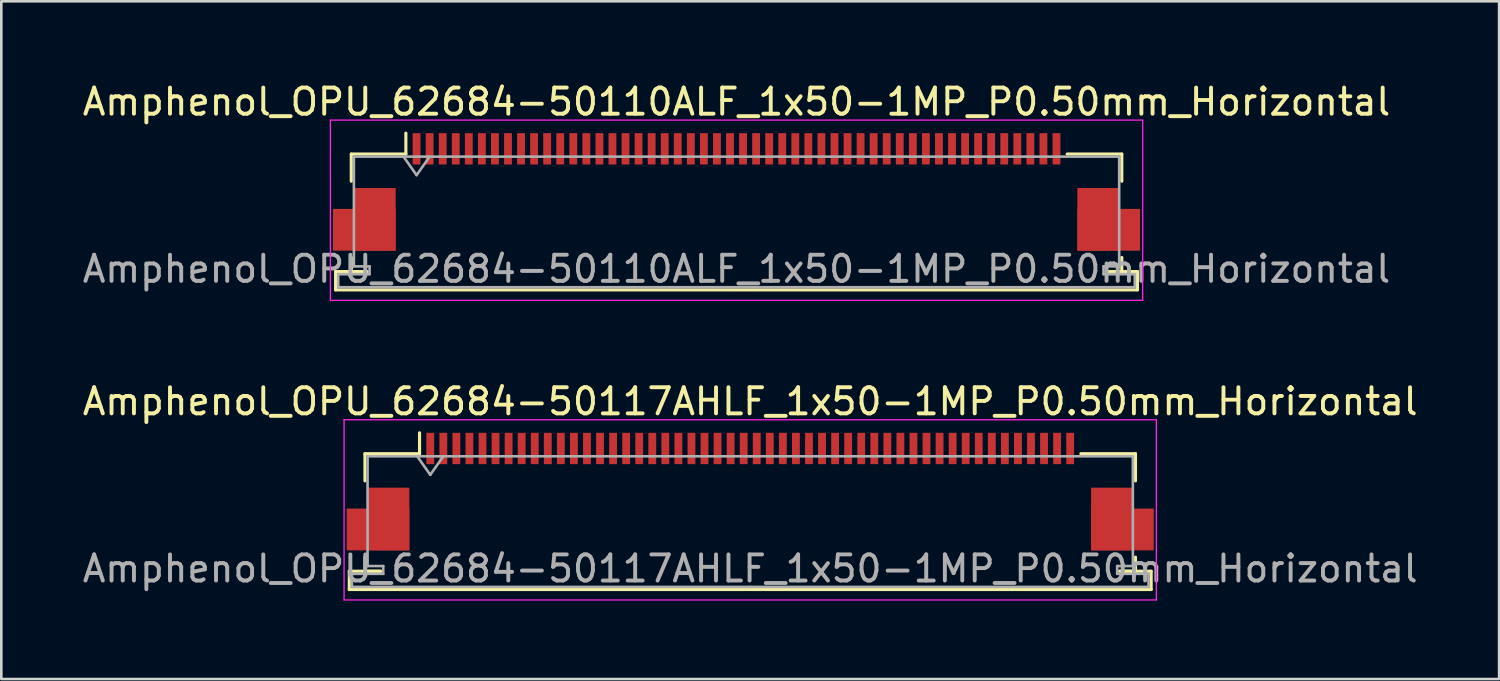
<source format=kicad_pcb>
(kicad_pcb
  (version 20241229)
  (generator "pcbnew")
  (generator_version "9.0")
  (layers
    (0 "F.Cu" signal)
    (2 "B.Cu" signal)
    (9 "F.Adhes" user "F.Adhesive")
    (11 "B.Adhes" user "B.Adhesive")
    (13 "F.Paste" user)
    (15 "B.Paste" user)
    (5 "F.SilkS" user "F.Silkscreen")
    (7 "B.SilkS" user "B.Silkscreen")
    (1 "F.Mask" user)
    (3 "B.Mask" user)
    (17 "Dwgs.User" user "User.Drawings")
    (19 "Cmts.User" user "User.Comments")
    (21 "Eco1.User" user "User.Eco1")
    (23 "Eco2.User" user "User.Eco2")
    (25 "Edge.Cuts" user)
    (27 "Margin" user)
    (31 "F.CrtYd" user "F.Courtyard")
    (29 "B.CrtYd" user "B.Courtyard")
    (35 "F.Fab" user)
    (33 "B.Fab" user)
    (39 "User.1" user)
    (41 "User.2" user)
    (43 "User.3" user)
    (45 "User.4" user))
  (footprint "Amphenol_OPU_62684-50110ALF_1x50-1MP_P0.50mm_Horizontal"
    (layer "F.Cu")
    (at 25.149 4.298)
    (property "Reference" "Amphenol_OPU_62684-50110ALF_1x50-1MP_P0.50mm_Horizontal" (at 0 -3.45 0) (layer "F.SilkS") (effects (font (size 1 1) (thickness 0.15))))
    (attr smd)
    (fp_line (start -15.35 3.05) (end -15.35 3.75) (stroke (width 0.12) (type solid)) (layer "F.SilkS"))
    (fp_line (start -15.35 3.75) (end 15.35 3.75) (stroke (width 0.12) (type solid)) (layer "F.SilkS"))
    (fp_line (start -14.75 -1.45) (end -14.75 -0.41) (stroke (width 0.12) (type solid)) (layer "F.SilkS"))
    (fp_line (start -14.75 2.51) (end -14.75 3.05) (stroke (width 0.12) (type solid)) (layer "F.SilkS"))
    (fp_line (start -14.75 3.05) (end -14.15 3.05) (stroke (width 0.12) (type solid)) (layer "F.SilkS"))
    (fp_line (start -14.15 3.05) (end -15.35 3.05) (stroke (width 0.12) (type solid)) (layer "F.SilkS"))
    (fp_line (start -12.66 -1.45) (end -14.75 -1.45) (stroke (width 0.12) (type solid)) (layer "F.SilkS"))
    (fp_line (start -12.66 -1.45) (end -12.66 -2.25) (stroke (width 0.12) (type solid)) (layer "F.SilkS"))
    (fp_line (start 12.66 -1.45) (end 14.75 -1.45) (stroke (width 0.12) (type solid)) (layer "F.SilkS"))
    (fp_line (start 14.15 3.05) (end 14.75 3.05) (stroke (width 0.12) (type solid)) (layer "F.SilkS"))
    (fp_line (start 14.75 -1.45) (end 14.75 -0.41) (stroke (width 0.12) (type solid)) (layer "F.SilkS"))
    (fp_line (start 14.75 3.05) (end 14.75 2.51) (stroke (width 0.12) (type solid)) (layer "F.SilkS"))
    (fp_line (start 15.35 3.05) (end 14.15 3.05) (stroke (width 0.12) (type solid)) (layer "F.SilkS"))
    (fp_line (start 15.35 3.75) (end 15.35 3.05) (stroke (width 0.12) (type solid)) (layer "F.SilkS"))
    (fp_line (start -15.55 -2.75) (end -15.55 4.15) (stroke (width 0.05) (type solid)) (layer "F.CrtYd"))
    (fp_line (start -15.55 4.15) (end 15.55 4.15) (stroke (width 0.05) (type solid)) (layer "F.CrtYd"))
    (fp_line (start 15.55 -2.75) (end -15.55 -2.75) (stroke (width 0.05) (type solid)) (layer "F.CrtYd"))
    (fp_line (start 15.55 4.15) (end 15.55 -2.75) (stroke (width 0.05) (type solid)) (layer "F.CrtYd"))
    (fp_line (start -15.25 3.15) (end -15.25 3.65) (stroke (width 0.1) (type solid)) (layer "F.Fab"))
    (fp_line (start -15.25 3.65) (end 0 3.65) (stroke (width 0.1) (type solid)) (layer "F.Fab"))
    (fp_line (start -14.65 -1.35) (end -14.65 2.85) (stroke (width 0.1) (type solid)) (layer "F.Fab"))
    (fp_line (start -14.65 2.85) (end -14.05 2.85) (stroke (width 0.1) (type solid)) (layer "F.Fab"))
    (fp_line (start -14.05 2.85) (end -14.05 3.15) (stroke (width 0.1) (type solid)) (layer "F.Fab"))
    (fp_line (start -14.05 3.15) (end -15.25 3.15) (stroke (width 0.1) (type solid)) (layer "F.Fab"))
    (fp_line (start -12.75 -1.35) (end -12.25 -0.643) (stroke (width 0.1) (type solid)) (layer "F.Fab"))
    (fp_line (start -12.25 -0.643) (end -11.75 -1.35) (stroke (width 0.1) (type solid)) (layer "F.Fab"))
    (fp_line (start 0 -1.35) (end -14.65 -1.35) (stroke (width 0.1) (type solid)) (layer "F.Fab"))
    (fp_line (start 0 -1.35) (end 14.65 -1.35) (stroke (width 0.1) (type solid)) (layer "F.Fab"))
    (fp_line (start 14.05 2.85) (end 14.05 3.15) (stroke (width 0.1) (type solid)) (layer "F.Fab"))
    (fp_line (start 14.05 3.15) (end 15.25 3.15) (stroke (width 0.1) (type solid)) (layer "F.Fab"))
    (fp_line (start 14.65 -1.35) (end 14.65 2.85) (stroke (width 0.1) (type solid)) (layer "F.Fab"))
    (fp_line (start 14.65 2.85) (end 14.05 2.85) (stroke (width 0.1) (type solid)) (layer "F.Fab"))
    (fp_line (start 15.25 3.15) (end 15.25 3.65) (stroke (width 0.1) (type solid)) (layer "F.Fab"))
    (fp_line (start 15.25 3.65) (end 0 3.65) (stroke (width 0.1) (type solid)) (layer "F.Fab"))
    (fp_text user "${REFERENCE}" (at 0 2.95 0) (layer "F.Fab") (effects (font (size 1 1) (thickness 0.15))))
    (pad "1" smd rect (at -12.25 -1.65) (size 0.3 1.2) (layers "F.Cu" "F.Mask" "F.Paste"))
    (pad "2" smd rect (at -11.75 -1.65) (size 0.3 1.2) (layers "F.Cu" "F.Mask" "F.Paste"))
    (pad "3" smd rect (at -11.25 -1.65) (size 0.3 1.2) (layers "F.Cu" "F.Mask" "F.Paste"))
    (pad "4" smd rect (at -10.75 -1.65) (size 0.3 1.2) (layers "F.Cu" "F.Mask" "F.Paste"))
    (pad "5" smd rect (at -10.25 -1.65) (size 0.3 1.2) (layers "F.Cu" "F.Mask" "F.Paste"))
    (pad "6" smd rect (at -9.75 -1.65) (size 0.3 1.2) (layers "F.Cu" "F.Mask" "F.Paste"))
    (pad "7" smd rect (at -9.25 -1.65) (size 0.3 1.2) (layers "F.Cu" "F.Mask" "F.Paste"))
    (pad "8" smd rect (at -8.75 -1.65) (size 0.3 1.2) (layers "F.Cu" "F.Mask" "F.Paste"))
    (pad "9" smd rect (at -8.25 -1.65) (size 0.3 1.2) (layers "F.Cu" "F.Mask" "F.Paste"))
    (pad "10" smd rect (at -7.75 -1.65) (size 0.3 1.2) (layers "F.Cu" "F.Mask" "F.Paste"))
    (pad "11" smd rect (at -7.25 -1.65) (size 0.3 1.2) (layers "F.Cu" "F.Mask" "F.Paste"))
    (pad "12" smd rect (at -6.75 -1.65) (size 0.3 1.2) (layers "F.Cu" "F.Mask" "F.Paste"))
    (pad "13" smd rect (at -6.25 -1.65) (size 0.3 1.2) (layers "F.Cu" "F.Mask" "F.Paste"))
    (pad "14" smd rect (at -5.75 -1.65) (size 0.3 1.2) (layers "F.Cu" "F.Mask" "F.Paste"))
    (pad "15" smd rect (at -5.25 -1.65) (size 0.3 1.2) (layers "F.Cu" "F.Mask" "F.Paste"))
    (pad "16" smd rect (at -4.75 -1.65) (size 0.3 1.2) (layers "F.Cu" "F.Mask" "F.Paste"))
    (pad "17" smd rect (at -4.25 -1.65) (size 0.3 1.2) (layers "F.Cu" "F.Mask" "F.Paste"))
    (pad "18" smd rect (at -3.75 -1.65) (size 0.3 1.2) (layers "F.Cu" "F.Mask" "F.Paste"))
    (pad "19" smd rect (at -3.25 -1.65) (size 0.3 1.2) (layers "F.Cu" "F.Mask" "F.Paste"))
    (pad "20" smd rect (at -2.75 -1.65) (size 0.3 1.2) (layers "F.Cu" "F.Mask" "F.Paste"))
    (pad "21" smd rect (at -2.25 -1.65) (size 0.3 1.2) (layers "F.Cu" "F.Mask" "F.Paste"))
    (pad "22" smd rect (at -1.75 -1.65) (size 0.3 1.2) (layers "F.Cu" "F.Mask" "F.Paste"))
    (pad "23" smd rect (at -1.25 -1.65) (size 0.3 1.2) (layers "F.Cu" "F.Mask" "F.Paste"))
    (pad "24" smd rect (at -0.75 -1.65) (size 0.3 1.2) (layers "F.Cu" "F.Mask" "F.Paste"))
    (pad "25" smd rect (at -0.25 -1.65) (size 0.3 1.2) (layers "F.Cu" "F.Mask" "F.Paste"))
    (pad "26" smd rect (at 0.25 -1.65) (size 0.3 1.2) (layers "F.Cu" "F.Mask" "F.Paste"))
    (pad "27" smd rect (at 0.75 -1.65) (size 0.3 1.2) (layers "F.Cu" "F.Mask" "F.Paste"))
    (pad "28" smd rect (at 1.25 -1.65) (size 0.3 1.2) (layers "F.Cu" "F.Mask" "F.Paste"))
    (pad "29" smd rect (at 1.75 -1.65) (size 0.3 1.2) (layers "F.Cu" "F.Mask" "F.Paste"))
    (pad "30" smd rect (at 2.25 -1.65) (size 0.3 1.2) (layers "F.Cu" "F.Mask" "F.Paste"))
    (pad "31" smd rect (at 2.75 -1.65) (size 0.3 1.2) (layers "F.Cu" "F.Mask" "F.Paste"))
    (pad "32" smd rect (at 3.25 -1.65) (size 0.3 1.2) (layers "F.Cu" "F.Mask" "F.Paste"))
    (pad "33" smd rect (at 3.75 -1.65) (size 0.3 1.2) (layers "F.Cu" "F.Mask" "F.Paste"))
    (pad "34" smd rect (at 4.25 -1.65) (size 0.3 1.2) (layers "F.Cu" "F.Mask" "F.Paste"))
    (pad "35" smd rect (at 4.75 -1.65) (size 0.3 1.2) (layers "F.Cu" "F.Mask" "F.Paste"))
    (pad "36" smd rect (at 5.25 -1.65) (size 0.3 1.2) (layers "F.Cu" "F.Mask" "F.Paste"))
    (pad "37" smd rect (at 5.75 -1.65) (size 0.3 1.2) (layers "F.Cu" "F.Mask" "F.Paste"))
    (pad "38" smd rect (at 6.25 -1.65) (size 0.3 1.2) (layers "F.Cu" "F.Mask" "F.Paste"))
    (pad "39" smd rect (at 6.75 -1.65) (size 0.3 1.2) (layers "F.Cu" "F.Mask" "F.Paste"))
    (pad "40" smd rect (at 7.25 -1.65) (size 0.3 1.2) (layers "F.Cu" "F.Mask" "F.Paste"))
    (pad "41" smd rect (at 7.75 -1.65) (size 0.3 1.2) (layers "F.Cu" "F.Mask" "F.Paste"))
    (pad "42" smd rect (at 8.25 -1.65) (size 0.3 1.2) (layers "F.Cu" "F.Mask" "F.Paste"))
    (pad "43" smd rect (at 8.75 -1.65) (size 0.3 1.2) (layers "F.Cu" "F.Mask" "F.Paste"))
    (pad "44" smd rect (at 9.25 -1.65) (size 0.3 1.2) (layers "F.Cu" "F.Mask" "F.Paste"))
    (pad "45" smd rect (at 9.75 -1.65) (size 0.3 1.2) (layers "F.Cu" "F.Mask" "F.Paste"))
    (pad "46" smd rect (at 10.25 -1.65) (size 0.3 1.2) (layers "F.Cu" "F.Mask" "F.Paste"))
    (pad "47" smd rect (at 10.75 -1.65) (size 0.3 1.2) (layers "F.Cu" "F.Mask" "F.Paste"))
    (pad "48" smd rect (at 11.25 -1.65) (size 0.3 1.2) (layers "F.Cu" "F.Mask" "F.Paste"))
    (pad "49" smd rect (at 11.75 -1.65) (size 0.3 1.2) (layers "F.Cu" "F.Mask" "F.Paste"))
    (pad "50" smd rect (at 12.25 -1.65) (size 0.3 1.2) (layers "F.Cu" "F.Mask" "F.Paste"))
    (pad "MP" smd rect (at -14.25 1.45) (size 2.4 1.6) (layers "F.Cu" "F.Mask" "F.Paste"))
    (pad "MP" smd rect (at -13.85 1.05) (size 1.6 2.4) (layers "F.Cu" "F.Mask" "F.Paste"))
    (pad "MP" smd rect (at 13.85 1.05) (size 1.6 2.4) (layers "F.Cu" "F.Mask" "F.Paste"))
    (pad "MP" smd rect (at 14.25 1.45) (size 2.4 1.6) (layers "F.Cu" "F.Mask" "F.Paste")))
  (footprint "Amphenol_OPU_62684-50117AHLF_1x50-1MP_P0.50mm_Horizontal"
    (layer "F.Cu")
    (at 25.673 15.771)
    (property "Reference" "Amphenol_OPU_62684-50117AHLF_1x50-1MP_P0.50mm_Horizontal" (at 0 -3.45 0) (layer "F.SilkS") (effects (font (size 1 1) (thickness 0.15))))
    (attr smd)
    (fp_line (start -15.35 3.05) (end -15.35 3.75) (stroke (width 0.12) (type solid)) (layer "F.SilkS"))
    (fp_line (start -15.35 3.75) (end 15.35 3.75) (stroke (width 0.12) (type solid)) (layer "F.SilkS"))
    (fp_line (start -14.75 -1.45) (end -14.75 -0.41) (stroke (width 0.12) (type solid)) (layer "F.SilkS"))
    (fp_line (start -14.75 2.51) (end -14.75 3.05) (stroke (width 0.12) (type solid)) (layer "F.SilkS"))
    (fp_line (start -14.75 3.05) (end -14.15 3.05) (stroke (width 0.12) (type solid)) (layer "F.SilkS"))
    (fp_line (start -14.15 3.05) (end -15.35 3.05) (stroke (width 0.12) (type solid)) (layer "F.SilkS"))
    (fp_line (start -12.66 -1.45) (end -14.75 -1.45) (stroke (width 0.12) (type solid)) (layer "F.SilkS"))
    (fp_line (start -12.66 -1.45) (end -12.66 -2.25) (stroke (width 0.12) (type solid)) (layer "F.SilkS"))
    (fp_line (start 12.66 -1.45) (end 14.75 -1.45) (stroke (width 0.12) (type solid)) (layer "F.SilkS"))
    (fp_line (start 14.15 3.05) (end 14.75 3.05) (stroke (width 0.12) (type solid)) (layer "F.SilkS"))
    (fp_line (start 14.75 -1.45) (end 14.75 -0.41) (stroke (width 0.12) (type solid)) (layer "F.SilkS"))
    (fp_line (start 14.75 3.05) (end 14.75 2.51) (stroke (width 0.12) (type solid)) (layer "F.SilkS"))
    (fp_line (start 15.35 3.05) (end 14.15 3.05) (stroke (width 0.12) (type solid)) (layer "F.SilkS"))
    (fp_line (start 15.35 3.75) (end 15.35 3.05) (stroke (width 0.12) (type solid)) (layer "F.SilkS"))
    (fp_line (start -15.55 -2.75) (end -15.55 4.15) (stroke (width 0.05) (type solid)) (layer "F.CrtYd"))
    (fp_line (start -15.55 4.15) (end 15.55 4.15) (stroke (width 0.05) (type solid)) (layer "F.CrtYd"))
    (fp_line (start 15.55 -2.75) (end -15.55 -2.75) (stroke (width 0.05) (type solid)) (layer "F.CrtYd"))
    (fp_line (start 15.55 4.15) (end 15.55 -2.75) (stroke (width 0.05) (type solid)) (layer "F.CrtYd"))
    (fp_line (start -15.25 3.15) (end -15.25 3.65) (stroke (width 0.1) (type solid)) (layer "F.Fab"))
    (fp_line (start -15.25 3.65) (end 0 3.65) (stroke (width 0.1) (type solid)) (layer "F.Fab"))
    (fp_line (start -14.65 -1.35) (end -14.65 2.85) (stroke (width 0.1) (type solid)) (layer "F.Fab"))
    (fp_line (start -14.65 2.85) (end -14.05 2.85) (stroke (width 0.1) (type solid)) (layer "F.Fab"))
    (fp_line (start -14.05 2.85) (end -14.05 3.15) (stroke (width 0.1) (type solid)) (layer "F.Fab"))
    (fp_line (start -14.05 3.15) (end -15.25 3.15) (stroke (width 0.1) (type solid)) (layer "F.Fab"))
    (fp_line (start -12.75 -1.35) (end -12.25 -0.643) (stroke (width 0.1) (type solid)) (layer "F.Fab"))
    (fp_line (start -12.25 -0.643) (end -11.75 -1.35) (stroke (width 0.1) (type solid)) (layer "F.Fab"))
    (fp_line (start 0 -1.35) (end -14.65 -1.35) (stroke (width 0.1) (type solid)) (layer "F.Fab"))
    (fp_line (start 0 -1.35) (end 14.65 -1.35) (stroke (width 0.1) (type solid)) (layer "F.Fab"))
    (fp_line (start 14.05 2.85) (end 14.05 3.15) (stroke (width 0.1) (type solid)) (layer "F.Fab"))
    (fp_line (start 14.05 3.15) (end 15.25 3.15) (stroke (width 0.1) (type solid)) (layer "F.Fab"))
    (fp_line (start 14.65 -1.35) (end 14.65 2.85) (stroke (width 0.1) (type solid)) (layer "F.Fab"))
    (fp_line (start 14.65 2.85) (end 14.05 2.85) (stroke (width 0.1) (type solid)) (layer "F.Fab"))
    (fp_line (start 15.25 3.15) (end 15.25 3.65) (stroke (width 0.1) (type solid)) (layer "F.Fab"))
    (fp_line (start 15.25 3.65) (end 0 3.65) (stroke (width 0.1) (type solid)) (layer "F.Fab"))
    (fp_text user "${REFERENCE}" (at 0 2.95 0) (layer "F.Fab") (effects (font (size 1 1) (thickness 0.15))))
    (pad "1" smd rect (at -12.25 -1.65) (size 0.3 1.2) (layers "F.Cu" "F.Mask" "F.Paste"))
    (pad "2" smd rect (at -11.75 -1.65) (size 0.3 1.2) (layers "F.Cu" "F.Mask" "F.Paste"))
    (pad "3" smd rect (at -11.25 -1.65) (size 0.3 1.2) (layers "F.Cu" "F.Mask" "F.Paste"))
    (pad "4" smd rect (at -10.75 -1.65) (size 0.3 1.2) (layers "F.Cu" "F.Mask" "F.Paste"))
    (pad "5" smd rect (at -10.25 -1.65) (size 0.3 1.2) (layers "F.Cu" "F.Mask" "F.Paste"))
    (pad "6" smd rect (at -9.75 -1.65) (size 0.3 1.2) (layers "F.Cu" "F.Mask" "F.Paste"))
    (pad "7" smd rect (at -9.25 -1.65) (size 0.3 1.2) (layers "F.Cu" "F.Mask" "F.Paste"))
    (pad "8" smd rect (at -8.75 -1.65) (size 0.3 1.2) (layers "F.Cu" "F.Mask" "F.Paste"))
    (pad "9" smd rect (at -8.25 -1.65) (size 0.3 1.2) (layers "F.Cu" "F.Mask" "F.Paste"))
    (pad "10" smd rect (at -7.75 -1.65) (size 0.3 1.2) (layers "F.Cu" "F.Mask" "F.Paste"))
    (pad "11" smd rect (at -7.25 -1.65) (size 0.3 1.2) (layers "F.Cu" "F.Mask" "F.Paste"))
    (pad "12" smd rect (at -6.75 -1.65) (size 0.3 1.2) (layers "F.Cu" "F.Mask" "F.Paste"))
    (pad "13" smd rect (at -6.25 -1.65) (size 0.3 1.2) (layers "F.Cu" "F.Mask" "F.Paste"))
    (pad "14" smd rect (at -5.75 -1.65) (size 0.3 1.2) (layers "F.Cu" "F.Mask" "F.Paste"))
    (pad "15" smd rect (at -5.25 -1.65) (size 0.3 1.2) (layers "F.Cu" "F.Mask" "F.Paste"))
    (pad "16" smd rect (at -4.75 -1.65) (size 0.3 1.2) (layers "F.Cu" "F.Mask" "F.Paste"))
    (pad "17" smd rect (at -4.25 -1.65) (size 0.3 1.2) (layers "F.Cu" "F.Mask" "F.Paste"))
    (pad "18" smd rect (at -3.75 -1.65) (size 0.3 1.2) (layers "F.Cu" "F.Mask" "F.Paste"))
    (pad "19" smd rect (at -3.25 -1.65) (size 0.3 1.2) (layers "F.Cu" "F.Mask" "F.Paste"))
    (pad "20" smd rect (at -2.75 -1.65) (size 0.3 1.2) (layers "F.Cu" "F.Mask" "F.Paste"))
    (pad "21" smd rect (at -2.25 -1.65) (size 0.3 1.2) (layers "F.Cu" "F.Mask" "F.Paste"))
    (pad "22" smd rect (at -1.75 -1.65) (size 0.3 1.2) (layers "F.Cu" "F.Mask" "F.Paste"))
    (pad "23" smd rect (at -1.25 -1.65) (size 0.3 1.2) (layers "F.Cu" "F.Mask" "F.Paste"))
    (pad "24" smd rect (at -0.75 -1.65) (size 0.3 1.2) (layers "F.Cu" "F.Mask" "F.Paste"))
    (pad "25" smd rect (at -0.25 -1.65) (size 0.3 1.2) (layers "F.Cu" "F.Mask" "F.Paste"))
    (pad "26" smd rect (at 0.25 -1.65) (size 0.3 1.2) (layers "F.Cu" "F.Mask" "F.Paste"))
    (pad "27" smd rect (at 0.75 -1.65) (size 0.3 1.2) (layers "F.Cu" "F.Mask" "F.Paste"))
    (pad "28" smd rect (at 1.25 -1.65) (size 0.3 1.2) (layers "F.Cu" "F.Mask" "F.Paste"))
    (pad "29" smd rect (at 1.75 -1.65) (size 0.3 1.2) (layers "F.Cu" "F.Mask" "F.Paste"))
    (pad "30" smd rect (at 2.25 -1.65) (size 0.3 1.2) (layers "F.Cu" "F.Mask" "F.Paste"))
    (pad "31" smd rect (at 2.75 -1.65) (size 0.3 1.2) (layers "F.Cu" "F.Mask" "F.Paste"))
    (pad "32" smd rect (at 3.25 -1.65) (size 0.3 1.2) (layers "F.Cu" "F.Mask" "F.Paste"))
    (pad "33" smd rect (at 3.75 -1.65) (size 0.3 1.2) (layers "F.Cu" "F.Mask" "F.Paste"))
    (pad "34" smd rect (at 4.25 -1.65) (size 0.3 1.2) (layers "F.Cu" "F.Mask" "F.Paste"))
    (pad "35" smd rect (at 4.75 -1.65) (size 0.3 1.2) (layers "F.Cu" "F.Mask" "F.Paste"))
    (pad "36" smd rect (at 5.25 -1.65) (size 0.3 1.2) (layers "F.Cu" "F.Mask" "F.Paste"))
    (pad "37" smd rect (at 5.75 -1.65) (size 0.3 1.2) (layers "F.Cu" "F.Mask" "F.Paste"))
    (pad "38" smd rect (at 6.25 -1.65) (size 0.3 1.2) (layers "F.Cu" "F.Mask" "F.Paste"))
    (pad "39" smd rect (at 6.75 -1.65) (size 0.3 1.2) (layers "F.Cu" "F.Mask" "F.Paste"))
    (pad "40" smd rect (at 7.25 -1.65) (size 0.3 1.2) (layers "F.Cu" "F.Mask" "F.Paste"))
    (pad "41" smd rect (at 7.75 -1.65) (size 0.3 1.2) (layers "F.Cu" "F.Mask" "F.Paste"))
    (pad "42" smd rect (at 8.25 -1.65) (size 0.3 1.2) (layers "F.Cu" "F.Mask" "F.Paste"))
    (pad "43" smd rect (at 8.75 -1.65) (size 0.3 1.2) (layers "F.Cu" "F.Mask" "F.Paste"))
    (pad "44" smd rect (at 9.25 -1.65) (size 0.3 1.2) (layers "F.Cu" "F.Mask" "F.Paste"))
    (pad "45" smd rect (at 9.75 -1.65) (size 0.3 1.2) (layers "F.Cu" "F.Mask" "F.Paste"))
    (pad "46" smd rect (at 10.25 -1.65) (size 0.3 1.2) (layers "F.Cu" "F.Mask" "F.Paste"))
    (pad "47" smd rect (at 10.75 -1.65) (size 0.3 1.2) (layers "F.Cu" "F.Mask" "F.Paste"))
    (pad "48" smd rect (at 11.25 -1.65) (size 0.3 1.2) (layers "F.Cu" "F.Mask" "F.Paste"))
    (pad "49" smd rect (at 11.75 -1.65) (size 0.3 1.2) (layers "F.Cu" "F.Mask" "F.Paste"))
    (pad "50" smd rect (at 12.25 -1.65) (size 0.3 1.2) (layers "F.Cu" "F.Mask" "F.Paste"))
    (pad "MP" smd rect (at -14.25 1.45) (size 2.4 1.6) (layers "F.Cu" "F.Mask" "F.Paste"))
    (pad "MP" smd rect (at -13.85 1.05) (size 1.6 2.4) (layers "F.Cu" "F.Mask" "F.Paste"))
    (pad "MP" smd rect (at 13.85 1.05) (size 1.6 2.4) (layers "F.Cu" "F.Mask" "F.Paste"))
    (pad "MP" smd rect (at 14.25 1.45) (size 2.4 1.6) (layers "F.Cu" "F.Mask" "F.Paste")))
  (gr_rect
    (start -3 -3)
    (end 54.345 22.947)
    (stroke (width 0.1) (type default))
    (fill no)
    (layer "Edge.Cuts")))
</source>
